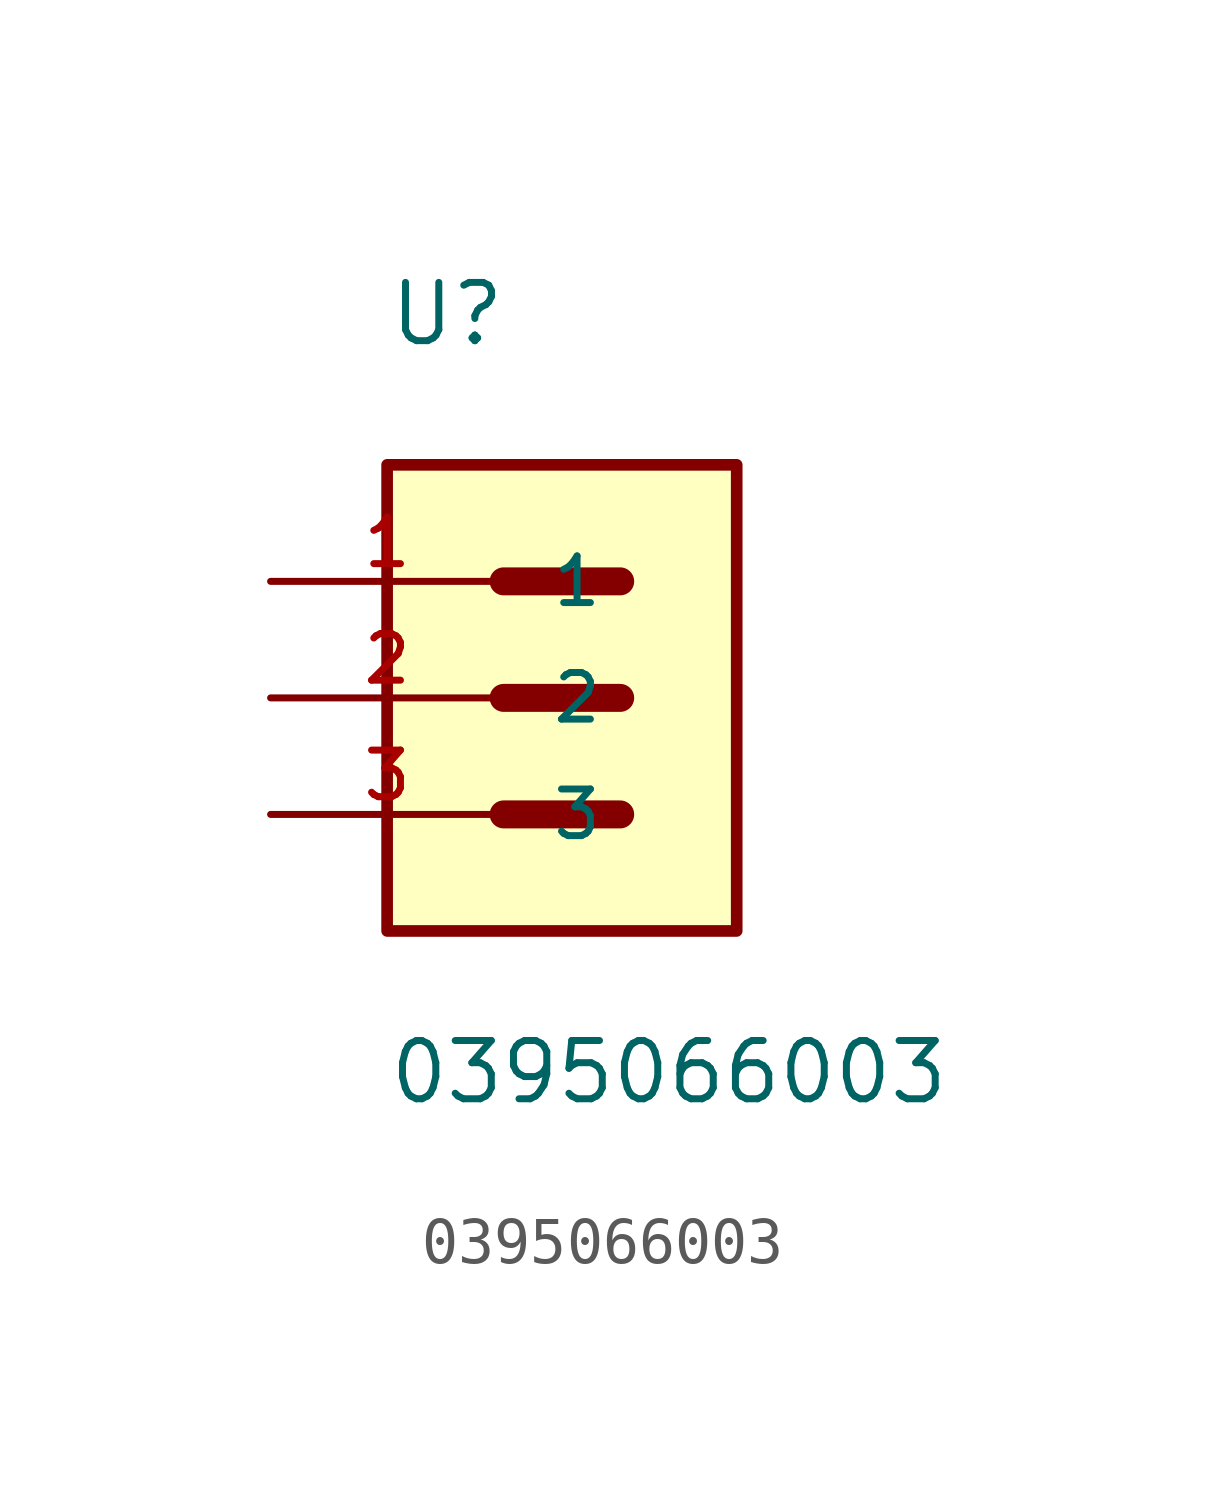
<source format=kicad_sym>
(kicad_symbol_lib
  (version 20211014)
  (generator kicad_symbol_editor)
  (symbol "0395066003"
    (pin_names
      (offset 1.016))
    (property "Reference" "U"
      (at -5.082 7.623 0)
      (effects (font (size 1.27 1.27)) (justify bottom left)))
    (property "Value" "0395066003"
      (at -5.087 -8.902 0)
      (effects (font (size 1.27 1.27)) (justify bottom left)))
    (symbol "0395066003_0_0"
      (polyline (pts (xy -2.54 2.54) (xy 0.0 2.54)) (stroke (width 0.61)))
      (polyline (pts (xy -2.54 0.0) (xy 0.0 0.0)) (stroke (width 0.61)))
      (polyline (pts (xy -2.54 -2.54) (xy 0.0 -2.54)) (stroke (width 0.61)))
      (rectangle (start -5.08 -5.08) (end 2.54 5.08) (stroke (width 0.254)) (fill (type background)))
      (pin passive line (at -7.62 2.54 0) (length 5.08) (name "1" (effects (font (size 1.016 1.016)))) (number "1" (effects (font (size 1.016 1.016)))))
      (pin passive line (at -7.62 0.0 0) (length 5.08) (name "2" (effects (font (size 1.016 1.016)))) (number "2" (effects (font (size 1.016 1.016)))))
      (pin passive line (at -7.62 -2.54 0) (length 5.08) (name "3" (effects (font (size 1.016 1.016)))) (number "3" (effects (font (size 1.016 1.016))))))))
</source>
